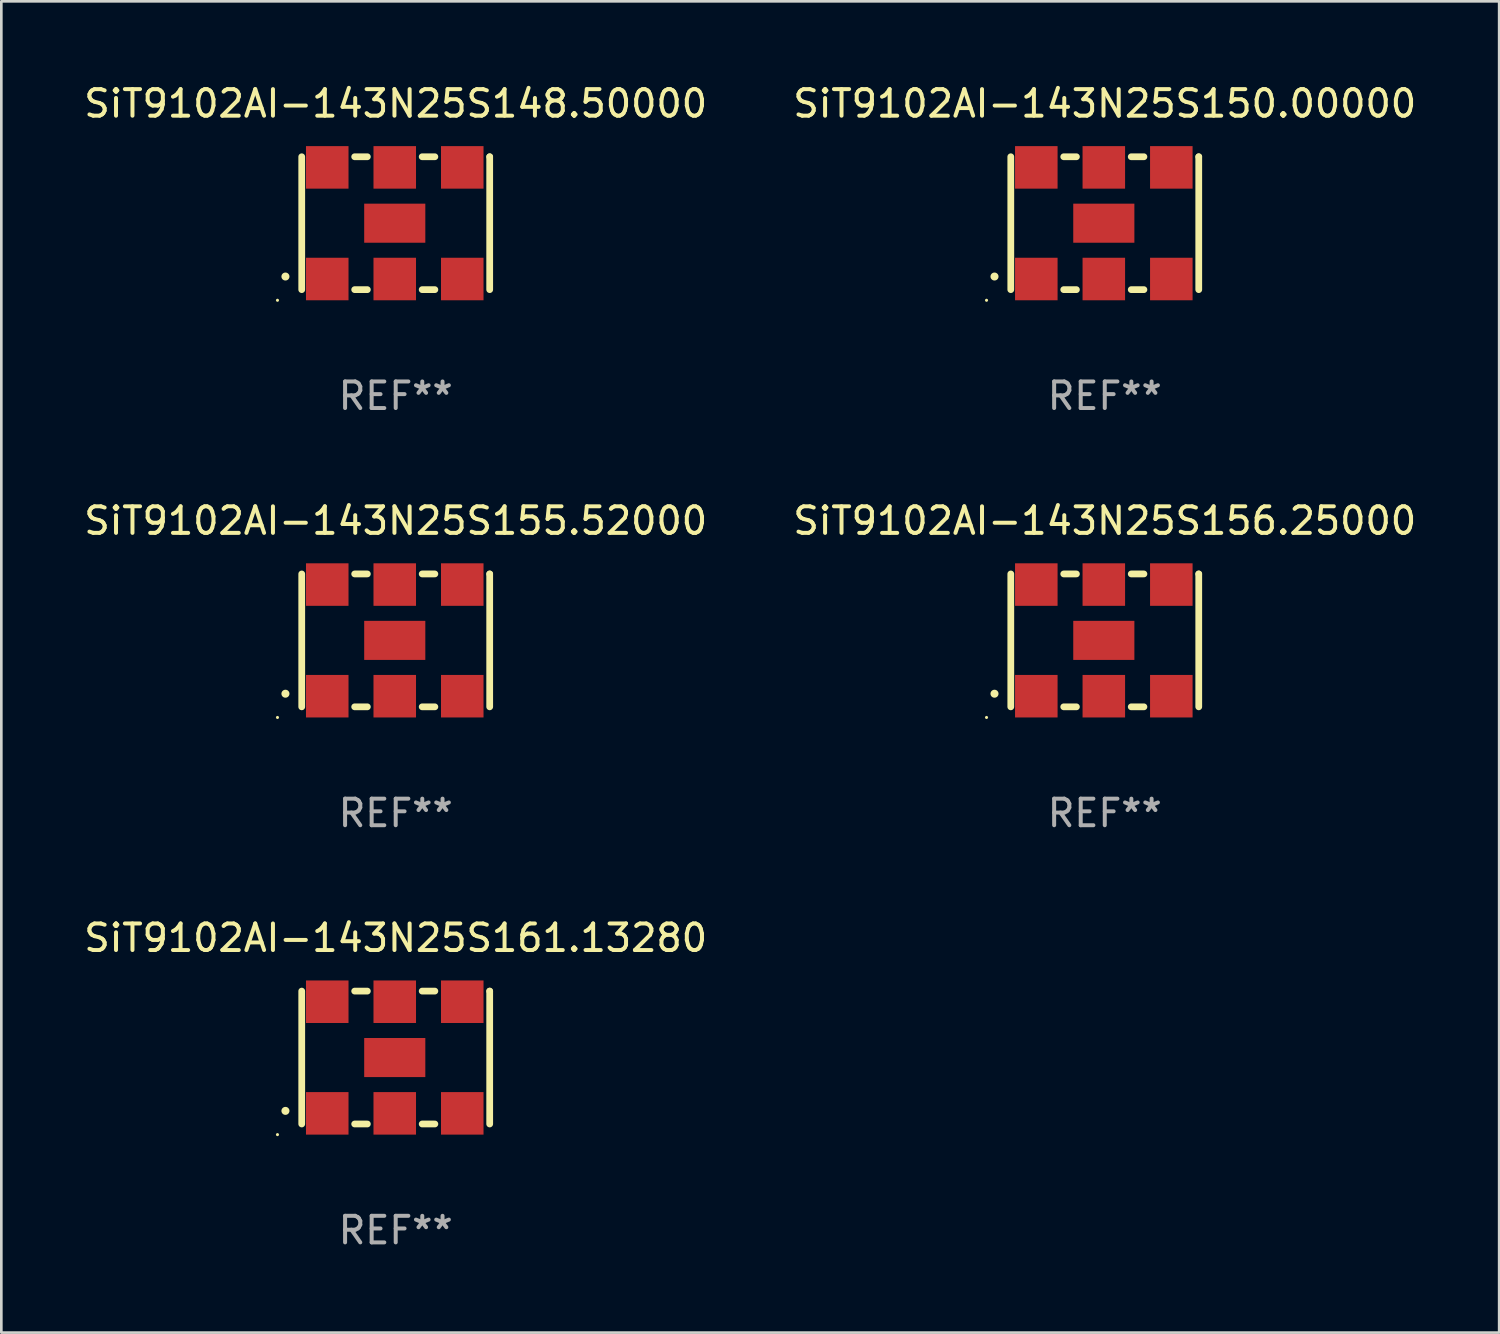
<source format=kicad_pcb>
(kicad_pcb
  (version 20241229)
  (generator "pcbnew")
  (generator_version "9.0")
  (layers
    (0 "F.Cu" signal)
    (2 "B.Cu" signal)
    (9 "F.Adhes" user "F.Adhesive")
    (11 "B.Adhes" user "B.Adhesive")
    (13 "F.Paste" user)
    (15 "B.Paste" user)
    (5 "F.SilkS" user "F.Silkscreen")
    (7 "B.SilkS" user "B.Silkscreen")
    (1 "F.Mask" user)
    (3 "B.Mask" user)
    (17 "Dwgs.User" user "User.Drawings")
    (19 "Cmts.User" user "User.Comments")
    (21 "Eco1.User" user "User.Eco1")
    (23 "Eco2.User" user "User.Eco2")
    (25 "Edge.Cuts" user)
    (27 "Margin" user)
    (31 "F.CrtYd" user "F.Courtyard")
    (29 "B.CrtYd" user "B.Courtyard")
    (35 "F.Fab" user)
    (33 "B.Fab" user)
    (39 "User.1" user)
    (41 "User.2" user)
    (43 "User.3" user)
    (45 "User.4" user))
  (footprint "SiT9102AI-143N25S161.13280"
    (layer "F.Cu")
    (at 11.839 36.741)
    (property "Reference" "SiT9102AI-143N25S161.13280" (at 0 -4.5 0) (layer "F.SilkS") (effects (font (size 1 1) (thickness 0.15))))
    (attr through_hole)
    (fp_line (start -3.536 -2.5) (end -3.536 2.5) (stroke (width 0.254) (type solid)) (layer "F.SilkS"))
    (fp_line (start -1.544 2.5) (end -1.067 2.5) (stroke (width 0.254) (type solid)) (layer "F.SilkS"))
    (fp_line (start -1.067 -2.5) (end -1.544 -2.5) (stroke (width 0.254) (type solid)) (layer "F.SilkS"))
    (fp_line (start 0.996 2.5) (end 1.473 2.5) (stroke (width 0.254) (type solid)) (layer "F.SilkS"))
    (fp_line (start 1.473 -2.5) (end 0.996 -2.5) (stroke (width 0.254) (type solid)) (layer "F.SilkS"))
    (fp_line (start 3.536 -2.5) (end 3.536 -2.5) (stroke (width 0.254) (type solid)) (layer "F.SilkS"))
    (fp_line (start 3.536 2.5) (end 3.536 -2.5) (stroke (width 0.254) (type solid)) (layer "F.SilkS"))
    (fp_arc (start -4.150432 2.006604) (mid -4.149162 2.006599) (end -4.147892 2.006604) (stroke (width 0.3) (type solid)) (layer "F.SilkS"))
    (fp_circle (center -4.449 2.9) (end -4.419 2.9) (stroke (width 0.06) (type solid)) (fill no) (layer "F.SilkS"))
    (fp_text user "REF**" (at 0 6.5 0) (layer "F.Fab") (effects (font (size 1 1) (thickness 0.15))))
    (pad "1" smd rect (at -2.576 2.1) (size 1.6 1.6) (layers "F.Cu" "F.Mask" "F.Paste"))
    (pad "2" smd rect (at -0.036 2.1) (size 1.6 1.6) (layers "F.Cu" "F.Mask" "F.Paste"))
    (pad "3" smd rect (at 2.504 2.1) (size 1.6 1.6) (layers "F.Cu" "F.Mask" "F.Paste"))
    (pad "4" smd rect (at 2.504 -2.1) (size 1.6 1.6) (layers "F.Cu" "F.Mask" "F.Paste"))
    (pad "5" smd rect (at -0.036 -2.1) (size 1.6 1.6) (layers "F.Cu" "F.Mask" "F.Paste"))
    (pad "6" smd rect (at -2.576 -2.1) (size 1.6 1.6) (layers "F.Cu" "F.Mask" "F.Paste"))
    (pad "7" smd rect (at -0.036 0) (size 2.3 1.47) (layers "F.Cu" "F.Mask" "F.Paste")))
  (footprint "SiT9102AI-143N25S150.00000"
    (layer "F.Cu")
    (at 38.518 5.348)
    (property "Reference" "SiT9102AI-143N25S150.00000" (at 0 -4.5 0) (layer "F.SilkS") (effects (font (size 1 1) (thickness 0.15))))
    (attr through_hole)
    (fp_line (start -3.536 -2.5) (end -3.536 2.5) (stroke (width 0.254) (type solid)) (layer "F.SilkS"))
    (fp_line (start -1.544 2.5) (end -1.067 2.5) (stroke (width 0.254) (type solid)) (layer "F.SilkS"))
    (fp_line (start -1.067 -2.5) (end -1.544 -2.5) (stroke (width 0.254) (type solid)) (layer "F.SilkS"))
    (fp_line (start 0.996 2.5) (end 1.473 2.5) (stroke (width 0.254) (type solid)) (layer "F.SilkS"))
    (fp_line (start 1.473 -2.5) (end 0.996 -2.5) (stroke (width 0.254) (type solid)) (layer "F.SilkS"))
    (fp_line (start 3.536 -2.5) (end 3.536 -2.5) (stroke (width 0.254) (type solid)) (layer "F.SilkS"))
    (fp_line (start 3.536 2.5) (end 3.536 -2.5) (stroke (width 0.254) (type solid)) (layer "F.SilkS"))
    (fp_arc (start -4.150432 2.006604) (mid -4.149162 2.006599) (end -4.147892 2.006604) (stroke (width 0.3) (type solid)) (layer "F.SilkS"))
    (fp_circle (center -4.449 2.9) (end -4.419 2.9) (stroke (width 0.06) (type solid)) (fill no) (layer "F.SilkS"))
    (fp_text user "REF**" (at 0 6.5 0) (layer "F.Fab") (effects (font (size 1 1) (thickness 0.15))))
    (pad "1" smd rect (at -2.576 2.1) (size 1.6 1.6) (layers "F.Cu" "F.Mask" "F.Paste"))
    (pad "2" smd rect (at -0.036 2.1) (size 1.6 1.6) (layers "F.Cu" "F.Mask" "F.Paste"))
    (pad "3" smd rect (at 2.504 2.1) (size 1.6 1.6) (layers "F.Cu" "F.Mask" "F.Paste"))
    (pad "4" smd rect (at 2.504 -2.1) (size 1.6 1.6) (layers "F.Cu" "F.Mask" "F.Paste"))
    (pad "5" smd rect (at -0.036 -2.1) (size 1.6 1.6) (layers "F.Cu" "F.Mask" "F.Paste"))
    (pad "6" smd rect (at -2.576 -2.1) (size 1.6 1.6) (layers "F.Cu" "F.Mask" "F.Paste"))
    (pad "7" smd rect (at -0.036 0) (size 2.3 1.47) (layers "F.Cu" "F.Mask" "F.Paste")))
  (footprint "SiT9102AI-143N25S148.50000"
    (layer "F.Cu")
    (at 11.839 5.348)
    (property "Reference" "SiT9102AI-143N25S148.50000" (at 0 -4.5 0) (layer "F.SilkS") (effects (font (size 1 1) (thickness 0.15))))
    (attr through_hole)
    (fp_line (start -3.536 -2.5) (end -3.536 2.5) (stroke (width 0.254) (type solid)) (layer "F.SilkS"))
    (fp_line (start -1.544 2.5) (end -1.067 2.5) (stroke (width 0.254) (type solid)) (layer "F.SilkS"))
    (fp_line (start -1.067 -2.5) (end -1.544 -2.5) (stroke (width 0.254) (type solid)) (layer "F.SilkS"))
    (fp_line (start 0.996 2.5) (end 1.473 2.5) (stroke (width 0.254) (type solid)) (layer "F.SilkS"))
    (fp_line (start 1.473 -2.5) (end 0.996 -2.5) (stroke (width 0.254) (type solid)) (layer "F.SilkS"))
    (fp_line (start 3.536 -2.5) (end 3.536 -2.5) (stroke (width 0.254) (type solid)) (layer "F.SilkS"))
    (fp_line (start 3.536 2.5) (end 3.536 -2.5) (stroke (width 0.254) (type solid)) (layer "F.SilkS"))
    (fp_arc (start -4.150432 2.006604) (mid -4.149162 2.006599) (end -4.147892 2.006604) (stroke (width 0.3) (type solid)) (layer "F.SilkS"))
    (fp_circle (center -4.449 2.9) (end -4.419 2.9) (stroke (width 0.06) (type solid)) (fill no) (layer "F.SilkS"))
    (fp_text user "REF**" (at 0 6.5 0) (layer "F.Fab") (effects (font (size 1 1) (thickness 0.15))))
    (pad "1" smd rect (at -2.576 2.1) (size 1.6 1.6) (layers "F.Cu" "F.Mask" "F.Paste"))
    (pad "2" smd rect (at -0.036 2.1) (size 1.6 1.6) (layers "F.Cu" "F.Mask" "F.Paste"))
    (pad "3" smd rect (at 2.504 2.1) (size 1.6 1.6) (layers "F.Cu" "F.Mask" "F.Paste"))
    (pad "4" smd rect (at 2.504 -2.1) (size 1.6 1.6) (layers "F.Cu" "F.Mask" "F.Paste"))
    (pad "5" smd rect (at -0.036 -2.1) (size 1.6 1.6) (layers "F.Cu" "F.Mask" "F.Paste"))
    (pad "6" smd rect (at -2.576 -2.1) (size 1.6 1.6) (layers "F.Cu" "F.Mask" "F.Paste"))
    (pad "7" smd rect (at -0.036 0) (size 2.3 1.47) (layers "F.Cu" "F.Mask" "F.Paste")))
  (footprint "SiT9102AI-143N25S156.25000"
    (layer "F.Cu")
    (at 38.518 21.045)
    (property "Reference" "SiT9102AI-143N25S156.25000" (at 0 -4.5 0) (layer "F.SilkS") (effects (font (size 1 1) (thickness 0.15))))
    (attr through_hole)
    (fp_line (start -3.536 -2.5) (end -3.536 2.5) (stroke (width 0.254) (type solid)) (layer "F.SilkS"))
    (fp_line (start -1.544 2.5) (end -1.067 2.5) (stroke (width 0.254) (type solid)) (layer "F.SilkS"))
    (fp_line (start -1.067 -2.5) (end -1.544 -2.5) (stroke (width 0.254) (type solid)) (layer "F.SilkS"))
    (fp_line (start 0.996 2.5) (end 1.473 2.5) (stroke (width 0.254) (type solid)) (layer "F.SilkS"))
    (fp_line (start 1.473 -2.5) (end 0.996 -2.5) (stroke (width 0.254) (type solid)) (layer "F.SilkS"))
    (fp_line (start 3.536 -2.5) (end 3.536 -2.5) (stroke (width 0.254) (type solid)) (layer "F.SilkS"))
    (fp_line (start 3.536 2.5) (end 3.536 -2.5) (stroke (width 0.254) (type solid)) (layer "F.SilkS"))
    (fp_arc (start -4.150432 2.006604) (mid -4.149162 2.006599) (end -4.147892 2.006604) (stroke (width 0.3) (type solid)) (layer "F.SilkS"))
    (fp_circle (center -4.449 2.9) (end -4.419 2.9) (stroke (width 0.06) (type solid)) (fill no) (layer "F.SilkS"))
    (fp_text user "REF**" (at 0 6.5 0) (layer "F.Fab") (effects (font (size 1 1) (thickness 0.15))))
    (pad "1" smd rect (at -2.576 2.1) (size 1.6 1.6) (layers "F.Cu" "F.Mask" "F.Paste"))
    (pad "2" smd rect (at -0.036 2.1) (size 1.6 1.6) (layers "F.Cu" "F.Mask" "F.Paste"))
    (pad "3" smd rect (at 2.504 2.1) (size 1.6 1.6) (layers "F.Cu" "F.Mask" "F.Paste"))
    (pad "4" smd rect (at 2.504 -2.1) (size 1.6 1.6) (layers "F.Cu" "F.Mask" "F.Paste"))
    (pad "5" smd rect (at -0.036 -2.1) (size 1.6 1.6) (layers "F.Cu" "F.Mask" "F.Paste"))
    (pad "6" smd rect (at -2.576 -2.1) (size 1.6 1.6) (layers "F.Cu" "F.Mask" "F.Paste"))
    (pad "7" smd rect (at -0.036 0) (size 2.3 1.47) (layers "F.Cu" "F.Mask" "F.Paste")))
  (footprint "SiT9102AI-143N25S155.52000"
    (layer "F.Cu")
    (at 11.839 21.045)
    (property "Reference" "SiT9102AI-143N25S155.52000" (at 0 -4.5 0) (layer "F.SilkS") (effects (font (size 1 1) (thickness 0.15))))
    (attr through_hole)
    (fp_line (start -3.536 -2.5) (end -3.536 2.5) (stroke (width 0.254) (type solid)) (layer "F.SilkS"))
    (fp_line (start -1.544 2.5) (end -1.067 2.5) (stroke (width 0.254) (type solid)) (layer "F.SilkS"))
    (fp_line (start -1.067 -2.5) (end -1.544 -2.5) (stroke (width 0.254) (type solid)) (layer "F.SilkS"))
    (fp_line (start 0.996 2.5) (end 1.473 2.5) (stroke (width 0.254) (type solid)) (layer "F.SilkS"))
    (fp_line (start 1.473 -2.5) (end 0.996 -2.5) (stroke (width 0.254) (type solid)) (layer "F.SilkS"))
    (fp_line (start 3.536 -2.5) (end 3.536 -2.5) (stroke (width 0.254) (type solid)) (layer "F.SilkS"))
    (fp_line (start 3.536 2.5) (end 3.536 -2.5) (stroke (width 0.254) (type solid)) (layer "F.SilkS"))
    (fp_arc (start -4.150432 2.006604) (mid -4.149162 2.006599) (end -4.147892 2.006604) (stroke (width 0.3) (type solid)) (layer "F.SilkS"))
    (fp_circle (center -4.449 2.9) (end -4.419 2.9) (stroke (width 0.06) (type solid)) (fill no) (layer "F.SilkS"))
    (fp_text user "REF**" (at 0 6.5 0) (layer "F.Fab") (effects (font (size 1 1) (thickness 0.15))))
    (pad "1" smd rect (at -2.576 2.1) (size 1.6 1.6) (layers "F.Cu" "F.Mask" "F.Paste"))
    (pad "2" smd rect (at -0.036 2.1) (size 1.6 1.6) (layers "F.Cu" "F.Mask" "F.Paste"))
    (pad "3" smd rect (at 2.504 2.1) (size 1.6 1.6) (layers "F.Cu" "F.Mask" "F.Paste"))
    (pad "4" smd rect (at 2.504 -2.1) (size 1.6 1.6) (layers "F.Cu" "F.Mask" "F.Paste"))
    (pad "5" smd rect (at -0.036 -2.1) (size 1.6 1.6) (layers "F.Cu" "F.Mask" "F.Paste"))
    (pad "6" smd rect (at -2.576 -2.1) (size 1.6 1.6) (layers "F.Cu" "F.Mask" "F.Paste"))
    (pad "7" smd rect (at -0.036 0) (size 2.3 1.47) (layers "F.Cu" "F.Mask" "F.Paste")))
  (gr_rect
    (start -3 -3)
    (end 53.357 47.09)
    (stroke (width 0.1) (type default))
    (fill no)
    (layer "Edge.Cuts")))
</source>
